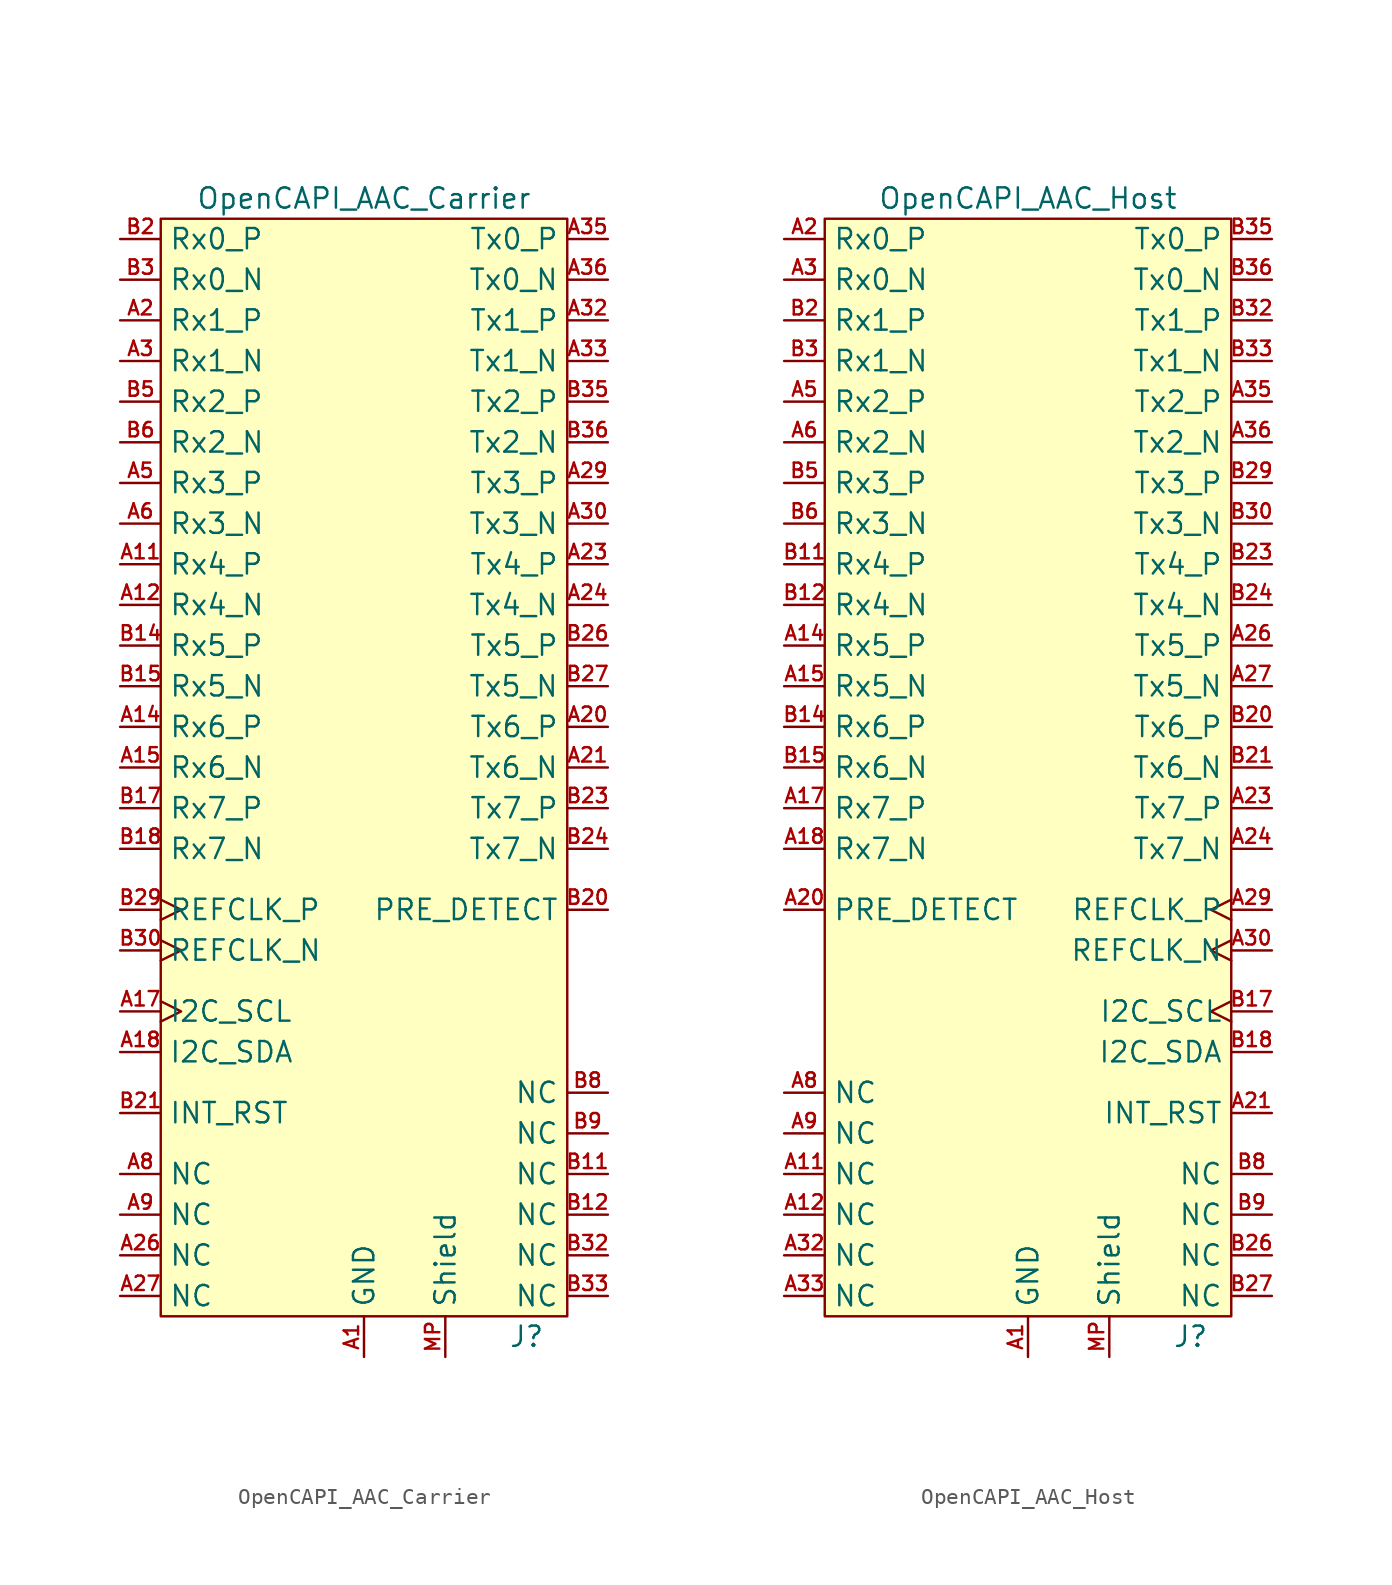
<source format=kicad_sym>
(kicad_symbol_lib
  (version 20211014)
  (generator kicad_symbol_editor)
  (symbol "OpenCAPI_AAC_Carrier"
    (property "Reference" "J"
      (at 10.16 -35.56 0)
      (effects (font (size 1.27 1.27))))
    (property "Value" "OpenCAPI_AAC_Carrier"
      (at 0 35.56 0)
      (effects (font (size 1.27 1.27))))
    (symbol "OpenCAPI_AAC_Carrier_0_1"
      (rectangle (start -12.7 34.29) (end 12.7 -34.29) (stroke (width 0) (type default) (color 0 0 0 0)) (fill (type background))))
    (symbol "OpenCAPI_AAC_Carrier_1_1"
      (pin power_in line (at 0 -36.83 90) (length 2.54) (name "GND" (effects (font (size 1.27 1.27)))) (number "A1" (effects (font (size 0.9 0.9)))))
      (pin passive line (at 0 -36.83 90) (length 2.54) hide (name "GND" (effects (font (size 1.27 1.27)))) (number "A10" (effects (font (size 0.9 0.9)))))
      (pin input line (at -15.24 12.7 0) (length 2.54) (name "Rx4_P" (effects (font (size 1.27 1.27)))) (number "A11" (effects (font (size 0.9 0.9)))))
      (pin input line (at -15.24 10.16 0) (length 2.54) (name "Rx4_N" (effects (font (size 1.27 1.27)))) (number "A12" (effects (font (size 0.9 0.9)))))
      (pin passive line (at 0 -36.83 90) (length 2.54) hide (name "GND" (effects (font (size 1.27 1.27)))) (number "A13" (effects (font (size 0.9 0.9)))))
      (pin input line (at -15.24 2.54 0) (length 2.54) (name "Rx6_P" (effects (font (size 1.27 1.27)))) (number "A14" (effects (font (size 0.9 0.9)))))
      (pin input line (at -15.24 0 0) (length 2.54) (name "Rx6_N" (effects (font (size 1.27 1.27)))) (number "A15" (effects (font (size 0.9 0.9)))))
      (pin passive line (at 0 -36.83 90) (length 2.54) hide (name "GND" (effects (font (size 1.27 1.27)))) (number "A16" (effects (font (size 0.9 0.9)))))
      (pin input clock (at -15.24 -15.24 0) (length 2.54) (name "I2C_SCL" (effects (font (size 1.27 1.27)))) (number "A17" (effects (font (size 0.9 0.9)))))
      (pin bidirectional line (at -15.24 -17.78 0) (length 2.54) (name "I2C_SDA" (effects (font (size 1.27 1.27)))) (number "A18" (effects (font (size 0.9 0.9)))))
      (pin passive line (at 0 -36.83 90) (length 2.54) hide (name "GND" (effects (font (size 1.27 1.27)))) (number "A19" (effects (font (size 0.9 0.9)))))
      (pin input line (at -15.24 27.94 0) (length 2.54) (name "Rx1_P" (effects (font (size 1.27 1.27)))) (number "A2" (effects (font (size 0.9 0.9)))))
      (pin output line (at 15.24 2.54 180) (length 2.54) (name "Tx6_P" (effects (font (size 1.27 1.27)))) (number "A20" (effects (font (size 0.9 0.9)))))
      (pin output line (at 15.24 0 180) (length 2.54) (name "Tx6_N" (effects (font (size 1.27 1.27)))) (number "A21" (effects (font (size 0.9 0.9)))))
      (pin passive line (at 0 -36.83 90) (length 2.54) hide (name "GND" (effects (font (size 1.27 1.27)))) (number "A22" (effects (font (size 0.9 0.9)))))
      (pin output line (at 15.24 12.7 180) (length 2.54) (name "Tx4_P" (effects (font (size 1.27 1.27)))) (number "A23" (effects (font (size 0.9 0.9)))))
      (pin output line (at 15.24 10.16 180) (length 2.54) (name "Tx4_N" (effects (font (size 1.27 1.27)))) (number "A24" (effects (font (size 0.9 0.9)))))
      (pin passive line (at 0 -36.83 90) (length 2.54) hide (name "GND" (effects (font (size 1.27 1.27)))) (number "A25" (effects (font (size 0.9 0.9)))))
      (pin unspecified line (at -15.24 -30.48 0) (length 2.54) (name "NC" (effects (font (size 1.27 1.27)))) (number "A26" (effects (font (size 0.9 0.9)))))
      (pin unspecified line (at -15.24 -33.02 0) (length 2.54) (name "NC" (effects (font (size 1.27 1.27)))) (number "A27" (effects (font (size 0.9 0.9)))))
      (pin passive line (at 0 -36.83 90) (length 2.54) hide (name "GND" (effects (font (size 1.27 1.27)))) (number "A28" (effects (font (size 0.9 0.9)))))
      (pin output line (at 15.24 17.78 180) (length 2.54) (name "Tx3_P" (effects (font (size 1.27 1.27)))) (number "A29" (effects (font (size 0.9 0.9)))))
      (pin input line (at -15.24 25.4 0) (length 2.54) (name "Rx1_N" (effects (font (size 1.27 1.27)))) (number "A3" (effects (font (size 0.9 0.9)))))
      (pin output line (at 15.24 15.24 180) (length 2.54) (name "Tx3_N" (effects (font (size 1.27 1.27)))) (number "A30" (effects (font (size 0.9 0.9)))))
      (pin passive line (at 0 -36.83 90) (length 2.54) hide (name "GND" (effects (font (size 1.27 1.27)))) (number "A31" (effects (font (size 0.9 0.9)))))
      (pin output line (at 15.24 27.94 180) (length 2.54) (name "Tx1_P" (effects (font (size 1.27 1.27)))) (number "A32" (effects (font (size 0.9 0.9)))))
      (pin output line (at 15.24 25.4 180) (length 2.54) (name "Tx1_N" (effects (font (size 1.27 1.27)))) (number "A33" (effects (font (size 0.9 0.9)))))
      (pin passive line (at 0 -36.83 90) (length 2.54) hide (name "GND" (effects (font (size 1.27 1.27)))) (number "A34" (effects (font (size 0.9 0.9)))))
      (pin output line (at 15.24 33.02 180) (length 2.54) (name "Tx0_P" (effects (font (size 1.27 1.27)))) (number "A35" (effects (font (size 0.9 0.9)))))
      (pin output line (at 15.24 30.48 180) (length 2.54) (name "Tx0_N" (effects (font (size 1.27 1.27)))) (number "A36" (effects (font (size 0.9 0.9)))))
      (pin passive line (at 0 -36.83 90) (length 2.54) hide (name "GND" (effects (font (size 1.27 1.27)))) (number "A37" (effects (font (size 0.9 0.9)))))
      (pin passive line (at 0 -36.83 90) (length 2.54) hide (name "GND" (effects (font (size 1.27 1.27)))) (number "A4" (effects (font (size 0.9 0.9)))))
      (pin input line (at -15.24 17.78 0) (length 2.54) (name "Rx3_P" (effects (font (size 1.27 1.27)))) (number "A5" (effects (font (size 0.9 0.9)))))
      (pin input line (at -15.24 15.24 0) (length 2.54) (name "Rx3_N" (effects (font (size 1.27 1.27)))) (number "A6" (effects (font (size 0.9 0.9)))))
      (pin passive line (at 0 -36.83 90) (length 2.54) hide (name "GND" (effects (font (size 1.27 1.27)))) (number "A7" (effects (font (size 0.9 0.9)))))
      (pin unspecified line (at -15.24 -25.4 0) (length 2.54) (name "NC" (effects (font (size 1.27 1.27)))) (number "A8" (effects (font (size 0.9 0.9)))))
      (pin unspecified line (at -15.24 -27.94 0) (length 2.54) (name "NC" (effects (font (size 1.27 1.27)))) (number "A9" (effects (font (size 0.9 0.9)))))
      (pin passive line (at 0 -36.83 90) (length 2.54) hide (name "GND" (effects (font (size 1.27 1.27)))) (number "B1" (effects (font (size 0.9 0.9)))))
      (pin passive line (at 0 -36.83 90) (length 2.54) hide (name "GND" (effects (font (size 1.27 1.27)))) (number "B10" (effects (font (size 0.9 0.9)))))
      (pin unspecified line (at 15.24 -25.4 180) (length 2.54) (name "NC" (effects (font (size 1.27 1.27)))) (number "B11" (effects (font (size 0.9 0.9)))))
      (pin unspecified line (at 15.24 -27.94 180) (length 2.54) (name "NC" (effects (font (size 1.27 1.27)))) (number "B12" (effects (font (size 0.9 0.9)))))
      (pin passive line (at 0 -36.83 90) (length 2.54) hide (name "GND" (effects (font (size 1.27 1.27)))) (number "B13" (effects (font (size 0.9 0.9)))))
      (pin input line (at -15.24 7.62 0) (length 2.54) (name "Rx5_P" (effects (font (size 1.27 1.27)))) (number "B14" (effects (font (size 0.9 0.9)))))
      (pin input line (at -15.24 5.08 0) (length 2.54) (name "Rx5_N" (effects (font (size 1.27 1.27)))) (number "B15" (effects (font (size 0.9 0.9)))))
      (pin passive line (at 0 -36.83 90) (length 2.54) hide (name "GND" (effects (font (size 1.27 1.27)))) (number "B16" (effects (font (size 0.9 0.9)))))
      (pin input line (at -15.24 -2.54 0) (length 2.54) (name "Rx7_P" (effects (font (size 1.27 1.27)))) (number "B17" (effects (font (size 0.9 0.9)))))
      (pin input line (at -15.24 -5.08 0) (length 2.54) (name "Rx7_N" (effects (font (size 1.27 1.27)))) (number "B18" (effects (font (size 0.9 0.9)))))
      (pin passive line (at 0 -36.83 90) (length 2.54) hide (name "GND" (effects (font (size 1.27 1.27)))) (number "B19" (effects (font (size 0.9 0.9)))))
      (pin input line (at -15.24 33.02 0) (length 2.54) (name "Rx0_P" (effects (font (size 1.27 1.27)))) (number "B2" (effects (font (size 0.9 0.9)))))
      (pin output line (at 15.24 -8.89 180) (length 2.54) (name "PRE_DETECT" (effects (font (size 1.27 1.27)))) (number "B20" (effects (font (size 0.9 0.9)))))
      (pin input line (at -15.24 -21.59 0) (length 2.54) (name "INT_RST" (effects (font (size 1.27 1.27)))) (number "B21" (effects (font (size 0.9 0.9)))))
      (pin passive line (at 0 -36.83 90) (length 2.54) hide (name "GND" (effects (font (size 1.27 1.27)))) (number "B22" (effects (font (size 0.9 0.9)))))
      (pin output line (at 15.24 -2.54 180) (length 2.54) (name "Tx7_P" (effects (font (size 1.27 1.27)))) (number "B23" (effects (font (size 0.9 0.9)))))
      (pin output line (at 15.24 -5.08 180) (length 2.54) (name "Tx7_N" (effects (font (size 1.27 1.27)))) (number "B24" (effects (font (size 0.9 0.9)))))
      (pin passive line (at 0 -36.83 90) (length 2.54) hide (name "GND" (effects (font (size 1.27 1.27)))) (number "B25" (effects (font (size 0.9 0.9)))))
      (pin output line (at 15.24 7.62 180) (length 2.54) (name "Tx5_P" (effects (font (size 1.27 1.27)))) (number "B26" (effects (font (size 0.9 0.9)))))
      (pin output line (at 15.24 5.08 180) (length 2.54) (name "Tx5_N" (effects (font (size 1.27 1.27)))) (number "B27" (effects (font (size 0.9 0.9)))))
      (pin passive line (at 0 -36.83 90) (length 2.54) hide (name "GND" (effects (font (size 1.27 1.27)))) (number "B28" (effects (font (size 0.9 0.9)))))
      (pin input clock (at -15.24 -8.89 0) (length 2.54) (name "REFCLK_P" (effects (font (size 1.27 1.27)))) (number "B29" (effects (font (size 0.9 0.9)))))
      (pin input line (at -15.24 30.48 0) (length 2.54) (name "Rx0_N" (effects (font (size 1.27 1.27)))) (number "B3" (effects (font (size 0.9 0.9)))))
      (pin input clock (at -15.24 -11.43 0) (length 2.54) (name "REFCLK_N" (effects (font (size 1.27 1.27)))) (number "B30" (effects (font (size 0.9 0.9)))))
      (pin passive line (at 0 -36.83 90) (length 2.54) hide (name "GND" (effects (font (size 1.27 1.27)))) (number "B31" (effects (font (size 0.9 0.9)))))
      (pin unspecified line (at 15.24 -30.48 180) (length 2.54) (name "NC" (effects (font (size 1.27 1.27)))) (number "B32" (effects (font (size 0.9 0.9)))))
      (pin unspecified line (at 15.24 -33.02 180) (length 2.54) (name "NC" (effects (font (size 1.27 1.27)))) (number "B33" (effects (font (size 0.9 0.9)))))
      (pin passive line (at 0 -36.83 90) (length 2.54) hide (name "GND" (effects (font (size 1.27 1.27)))) (number "B34" (effects (font (size 0.9 0.9)))))
      (pin output line (at 15.24 22.86 180) (length 2.54) (name "Tx2_P" (effects (font (size 1.27 1.27)))) (number "B35" (effects (font (size 0.9 0.9)))))
      (pin output line (at 15.24 20.32 180) (length 2.54) (name "Tx2_N" (effects (font (size 1.27 1.27)))) (number "B36" (effects (font (size 0.9 0.9)))))
      (pin passive line (at 0 -36.83 90) (length 2.54) hide (name "GND" (effects (font (size 1.27 1.27)))) (number "B37" (effects (font (size 0.9 0.9)))))
      (pin passive line (at 0 -36.83 90) (length 2.54) hide (name "GND" (effects (font (size 1.27 1.27)))) (number "B4" (effects (font (size 0.9 0.9)))))
      (pin input line (at -15.24 22.86 0) (length 2.54) (name "Rx2_P" (effects (font (size 1.27 1.27)))) (number "B5" (effects (font (size 0.9 0.9)))))
      (pin input line (at -15.24 20.32 0) (length 2.54) (name "Rx2_N" (effects (font (size 1.27 1.27)))) (number "B6" (effects (font (size 0.9 0.9)))))
      (pin passive line (at 0 -36.83 90) (length 2.54) hide (name "GND" (effects (font (size 1.27 1.27)))) (number "B7" (effects (font (size 0.9 0.9)))))
      (pin unspecified line (at 15.24 -20.32 180) (length 2.54) (name "NC" (effects (font (size 1.27 1.27)))) (number "B8" (effects (font (size 0.9 0.9)))))
      (pin unspecified line (at 15.24 -22.86 180) (length 2.54) (name "NC" (effects (font (size 1.27 1.27)))) (number "B9" (effects (font (size 0.9 0.9)))))
      (pin passive line (at 5.08 -36.83 90) (length 2.54) (name "Shield" (effects (font (size 1.27 1.27)))) (number "MP" (effects (font (size 0.9 0.9)))))))
  (symbol "OpenCAPI_AAC_Host"
    (property "Reference" "J"
      (at 10.16 -35.56 0)
      (effects (font (size 1.27 1.27))))
    (property "Value" "OpenCAPI_AAC_Host"
      (at 0 35.56 0)
      (effects (font (size 1.27 1.27))))
    (symbol "OpenCAPI_AAC_Host_0_1"
      (rectangle (start -12.7 34.29) (end 12.7 -34.29) (stroke (width 0) (type default) (color 0 0 0 0)) (fill (type background))))
    (symbol "OpenCAPI_AAC_Host_1_1"
      (pin power_in line (at 0 -36.83 90) (length 2.54) (name "GND" (effects (font (size 1.27 1.27)))) (number "A1" (effects (font (size 0.9 0.9)))))
      (pin passive line (at 0 -36.83 90) (length 2.54) hide (name "GND" (effects (font (size 1.27 1.27)))) (number "A10" (effects (font (size 0.9 0.9)))))
      (pin unspecified line (at -15.24 -25.4 0) (length 2.54) (name "NC" (effects (font (size 1.27 1.27)))) (number "A11" (effects (font (size 0.9 0.9)))))
      (pin unspecified line (at -15.24 -27.94 0) (length 2.54) (name "NC" (effects (font (size 1.27 1.27)))) (number "A12" (effects (font (size 0.9 0.9)))))
      (pin passive line (at 0 -36.83 90) (length 2.54) hide (name "GND" (effects (font (size 1.27 1.27)))) (number "A13" (effects (font (size 0.9 0.9)))))
      (pin input line (at -15.24 7.62 0) (length 2.54) (name "Rx5_P" (effects (font (size 1.27 1.27)))) (number "A14" (effects (font (size 0.9 0.9)))))
      (pin input line (at -15.24 5.08 0) (length 2.54) (name "Rx5_N" (effects (font (size 1.27 1.27)))) (number "A15" (effects (font (size 0.9 0.9)))))
      (pin passive line (at 0 -36.83 90) (length 2.54) hide (name "GND" (effects (font (size 1.27 1.27)))) (number "A16" (effects (font (size 0.9 0.9)))))
      (pin input line (at -15.24 -2.54 0) (length 2.54) (name "Rx7_P" (effects (font (size 1.27 1.27)))) (number "A17" (effects (font (size 0.9 0.9)))))
      (pin input line (at -15.24 -5.08 0) (length 2.54) (name "Rx7_N" (effects (font (size 1.27 1.27)))) (number "A18" (effects (font (size 0.9 0.9)))))
      (pin passive line (at 0 -36.83 90) (length 2.54) hide (name "GND" (effects (font (size 1.27 1.27)))) (number "A19" (effects (font (size 0.9 0.9)))))
      (pin input line (at -15.24 33.02 0) (length 2.54) (name "Rx0_P" (effects (font (size 1.27 1.27)))) (number "A2" (effects (font (size 0.9 0.9)))))
      (pin input line (at -15.24 -8.89 0) (length 2.54) (name "PRE_DETECT" (effects (font (size 1.27 1.27)))) (number "A20" (effects (font (size 0.9 0.9)))))
      (pin output line (at 15.24 -21.59 180) (length 2.54) (name "INT_RST" (effects (font (size 1.27 1.27)))) (number "A21" (effects (font (size 0.9 0.9)))))
      (pin passive line (at 0 -36.83 90) (length 2.54) hide (name "GND" (effects (font (size 1.27 1.27)))) (number "A22" (effects (font (size 0.9 0.9)))))
      (pin output line (at 15.24 -2.54 180) (length 2.54) (name "Tx7_P" (effects (font (size 1.27 1.27)))) (number "A23" (effects (font (size 0.9 0.9)))))
      (pin output line (at 15.24 -5.08 180) (length 2.54) (name "Tx7_N" (effects (font (size 1.27 1.27)))) (number "A24" (effects (font (size 0.9 0.9)))))
      (pin passive line (at 0 -36.83 90) (length 2.54) hide (name "GND" (effects (font (size 1.27 1.27)))) (number "A25" (effects (font (size 0.9 0.9)))))
      (pin output line (at 15.24 7.62 180) (length 2.54) (name "Tx5_P" (effects (font (size 1.27 1.27)))) (number "A26" (effects (font (size 0.9 0.9)))))
      (pin output line (at 15.24 5.08 180) (length 2.54) (name "Tx5_N" (effects (font (size 1.27 1.27)))) (number "A27" (effects (font (size 0.9 0.9)))))
      (pin passive line (at 0 -36.83 90) (length 2.54) hide (name "GND" (effects (font (size 1.27 1.27)))) (number "A28" (effects (font (size 0.9 0.9)))))
      (pin output clock (at 15.24 -8.89 180) (length 2.54) (name "REFCLK_P" (effects (font (size 1.27 1.27)))) (number "A29" (effects (font (size 0.9 0.9)))))
      (pin input line (at -15.24 30.48 0) (length 2.54) (name "Rx0_N" (effects (font (size 1.27 1.27)))) (number "A3" (effects (font (size 0.9 0.9)))))
      (pin output clock (at 15.24 -11.43 180) (length 2.54) (name "REFCLK_N" (effects (font (size 1.27 1.27)))) (number "A30" (effects (font (size 0.9 0.9)))))
      (pin passive line (at 0 -36.83 90) (length 2.54) hide (name "GND" (effects (font (size 1.27 1.27)))) (number "A31" (effects (font (size 0.9 0.9)))))
      (pin unspecified line (at -15.24 -30.48 0) (length 2.54) (name "NC" (effects (font (size 1.27 1.27)))) (number "A32" (effects (font (size 0.9 0.9)))))
      (pin unspecified line (at -15.24 -33.02 0) (length 2.54) (name "NC" (effects (font (size 1.27 1.27)))) (number "A33" (effects (font (size 0.9 0.9)))))
      (pin passive line (at 0 -36.83 90) (length 2.54) hide (name "GND" (effects (font (size 1.27 1.27)))) (number "A34" (effects (font (size 0.9 0.9)))))
      (pin output line (at 15.24 22.86 180) (length 2.54) (name "Tx2_P" (effects (font (size 1.27 1.27)))) (number "A35" (effects (font (size 0.9 0.9)))))
      (pin output line (at 15.24 20.32 180) (length 2.54) (name "Tx2_N" (effects (font (size 1.27 1.27)))) (number "A36" (effects (font (size 0.9 0.9)))))
      (pin passive line (at 0 -36.83 90) (length 2.54) hide (name "GND" (effects (font (size 1.27 1.27)))) (number "A37" (effects (font (size 0.9 0.9)))))
      (pin passive line (at 0 -36.83 90) (length 2.54) hide (name "GND" (effects (font (size 1.27 1.27)))) (number "A4" (effects (font (size 0.9 0.9)))))
      (pin input line (at -15.24 22.86 0) (length 2.54) (name "Rx2_P" (effects (font (size 1.27 1.27)))) (number "A5" (effects (font (size 0.9 0.9)))))
      (pin input line (at -15.24 20.32 0) (length 2.54) (name "Rx2_N" (effects (font (size 1.27 1.27)))) (number "A6" (effects (font (size 0.9 0.9)))))
      (pin passive line (at 0 -36.83 90) (length 2.54) hide (name "GND" (effects (font (size 1.27 1.27)))) (number "A7" (effects (font (size 0.9 0.9)))))
      (pin unspecified line (at -15.24 -20.32 0) (length 2.54) (name "NC" (effects (font (size 1.27 1.27)))) (number "A8" (effects (font (size 0.9 0.9)))))
      (pin unspecified line (at -15.24 -22.86 0) (length 2.54) (name "NC" (effects (font (size 1.27 1.27)))) (number "A9" (effects (font (size 0.9 0.9)))))
      (pin passive line (at 0 -36.83 90) (length 2.54) hide (name "GND" (effects (font (size 1.27 1.27)))) (number "B1" (effects (font (size 0.9 0.9)))))
      (pin passive line (at 0 -36.83 90) (length 2.54) hide (name "GND" (effects (font (size 1.27 1.27)))) (number "B10" (effects (font (size 0.9 0.9)))))
      (pin input line (at -15.24 12.7 0) (length 2.54) (name "Rx4_P" (effects (font (size 1.27 1.27)))) (number "B11" (effects (font (size 0.9 0.9)))))
      (pin input line (at -15.24 10.16 0) (length 2.54) (name "Rx4_N" (effects (font (size 1.27 1.27)))) (number "B12" (effects (font (size 0.9 0.9)))))
      (pin passive line (at 0 -36.83 90) (length 2.54) hide (name "GND" (effects (font (size 1.27 1.27)))) (number "B13" (effects (font (size 0.9 0.9)))))
      (pin input line (at -15.24 2.54 0) (length 2.54) (name "Rx6_P" (effects (font (size 1.27 1.27)))) (number "B14" (effects (font (size 0.9 0.9)))))
      (pin input line (at -15.24 0 0) (length 2.54) (name "Rx6_N" (effects (font (size 1.27 1.27)))) (number "B15" (effects (font (size 0.9 0.9)))))
      (pin passive line (at 0 -36.83 90) (length 2.54) hide (name "GND" (effects (font (size 1.27 1.27)))) (number "B16" (effects (font (size 0.9 0.9)))))
      (pin output clock (at 15.24 -15.24 180) (length 2.54) (name "I2C_SCL" (effects (font (size 1.27 1.27)))) (number "B17" (effects (font (size 0.9 0.9)))))
      (pin bidirectional line (at 15.24 -17.78 180) (length 2.54) (name "I2C_SDA" (effects (font (size 1.27 1.27)))) (number "B18" (effects (font (size 0.9 0.9)))))
      (pin passive line (at 0 -36.83 90) (length 2.54) hide (name "GND" (effects (font (size 1.27 1.27)))) (number "B19" (effects (font (size 0.9 0.9)))))
      (pin input line (at -15.24 27.94 0) (length 2.54) (name "Rx1_P" (effects (font (size 1.27 1.27)))) (number "B2" (effects (font (size 0.9 0.9)))))
      (pin output line (at 15.24 2.54 180) (length 2.54) (name "Tx6_P" (effects (font (size 1.27 1.27)))) (number "B20" (effects (font (size 0.9 0.9)))))
      (pin output line (at 15.24 0 180) (length 2.54) (name "Tx6_N" (effects (font (size 1.27 1.27)))) (number "B21" (effects (font (size 0.9 0.9)))))
      (pin passive line (at 0 -36.83 90) (length 2.54) hide (name "GND" (effects (font (size 1.27 1.27)))) (number "B22" (effects (font (size 0.9 0.9)))))
      (pin output line (at 15.24 12.7 180) (length 2.54) (name "Tx4_P" (effects (font (size 1.27 1.27)))) (number "B23" (effects (font (size 0.9 0.9)))))
      (pin output line (at 15.24 10.16 180) (length 2.54) (name "Tx4_N" (effects (font (size 1.27 1.27)))) (number "B24" (effects (font (size 0.9 0.9)))))
      (pin passive line (at 0 -36.83 90) (length 2.54) hide (name "GND" (effects (font (size 1.27 1.27)))) (number "B25" (effects (font (size 0.9 0.9)))))
      (pin unspecified line (at 15.24 -30.48 180) (length 2.54) (name "NC" (effects (font (size 1.27 1.27)))) (number "B26" (effects (font (size 0.9 0.9)))))
      (pin unspecified line (at 15.24 -33.02 180) (length 2.54) (name "NC" (effects (font (size 1.27 1.27)))) (number "B27" (effects (font (size 0.9 0.9)))))
      (pin passive line (at 0 -36.83 90) (length 2.54) hide (name "GND" (effects (font (size 1.27 1.27)))) (number "B28" (effects (font (size 0.9 0.9)))))
      (pin output line (at 15.24 17.78 180) (length 2.54) (name "Tx3_P" (effects (font (size 1.27 1.27)))) (number "B29" (effects (font (size 0.9 0.9)))))
      (pin input line (at -15.24 25.4 0) (length 2.54) (name "Rx1_N" (effects (font (size 1.27 1.27)))) (number "B3" (effects (font (size 0.9 0.9)))))
      (pin output line (at 15.24 15.24 180) (length 2.54) (name "Tx3_N" (effects (font (size 1.27 1.27)))) (number "B30" (effects (font (size 0.9 0.9)))))
      (pin passive line (at 0 -36.83 90) (length 2.54) hide (name "GND" (effects (font (size 1.27 1.27)))) (number "B31" (effects (font (size 0.9 0.9)))))
      (pin output line (at 15.24 27.94 180) (length 2.54) (name "Tx1_P" (effects (font (size 1.27 1.27)))) (number "B32" (effects (font (size 0.9 0.9)))))
      (pin output line (at 15.24 25.4 180) (length 2.54) (name "Tx1_N" (effects (font (size 1.27 1.27)))) (number "B33" (effects (font (size 0.9 0.9)))))
      (pin passive line (at 0 -36.83 90) (length 2.54) hide (name "GND" (effects (font (size 1.27 1.27)))) (number "B34" (effects (font (size 0.9 0.9)))))
      (pin output line (at 15.24 33.02 180) (length 2.54) (name "Tx0_P" (effects (font (size 1.27 1.27)))) (number "B35" (effects (font (size 0.9 0.9)))))
      (pin output line (at 15.24 30.48 180) (length 2.54) (name "Tx0_N" (effects (font (size 1.27 1.27)))) (number "B36" (effects (font (size 0.9 0.9)))))
      (pin passive line (at 0 -36.83 90) (length 2.54) hide (name "GND" (effects (font (size 1.27 1.27)))) (number "B37" (effects (font (size 0.9 0.9)))))
      (pin passive line (at 0 -36.83 90) (length 2.54) hide (name "GND" (effects (font (size 1.27 1.27)))) (number "B4" (effects (font (size 0.9 0.9)))))
      (pin input line (at -15.24 17.78 0) (length 2.54) (name "Rx3_P" (effects (font (size 1.27 1.27)))) (number "B5" (effects (font (size 0.9 0.9)))))
      (pin input line (at -15.24 15.24 0) (length 2.54) (name "Rx3_N" (effects (font (size 1.27 1.27)))) (number "B6" (effects (font (size 0.9 0.9)))))
      (pin passive line (at 0 -36.83 90) (length 2.54) hide (name "GND" (effects (font (size 1.27 1.27)))) (number "B7" (effects (font (size 0.9 0.9)))))
      (pin unspecified line (at 15.24 -25.4 180) (length 2.54) (name "NC" (effects (font (size 1.27 1.27)))) (number "B8" (effects (font (size 0.9 0.9)))))
      (pin unspecified line (at 15.24 -27.94 180) (length 2.54) (name "NC" (effects (font (size 1.27 1.27)))) (number "B9" (effects (font (size 0.9 0.9)))))
      (pin passive line (at 5.08 -36.83 90) (length 2.54) (name "Shield" (effects (font (size 1.27 1.27)))) (number "MP" (effects (font (size 0.9 0.9))))))))
</source>
